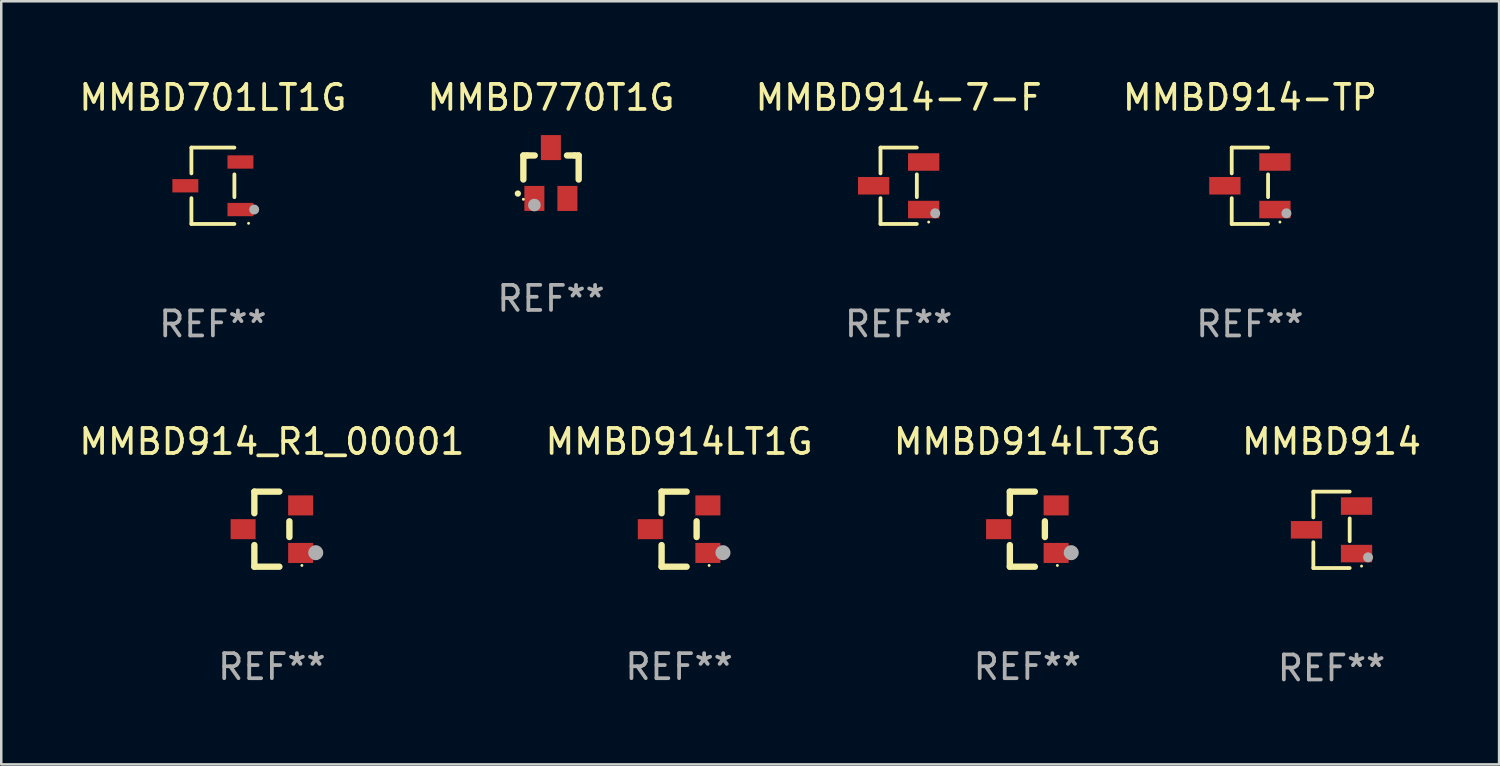
<source format=kicad_pcb>
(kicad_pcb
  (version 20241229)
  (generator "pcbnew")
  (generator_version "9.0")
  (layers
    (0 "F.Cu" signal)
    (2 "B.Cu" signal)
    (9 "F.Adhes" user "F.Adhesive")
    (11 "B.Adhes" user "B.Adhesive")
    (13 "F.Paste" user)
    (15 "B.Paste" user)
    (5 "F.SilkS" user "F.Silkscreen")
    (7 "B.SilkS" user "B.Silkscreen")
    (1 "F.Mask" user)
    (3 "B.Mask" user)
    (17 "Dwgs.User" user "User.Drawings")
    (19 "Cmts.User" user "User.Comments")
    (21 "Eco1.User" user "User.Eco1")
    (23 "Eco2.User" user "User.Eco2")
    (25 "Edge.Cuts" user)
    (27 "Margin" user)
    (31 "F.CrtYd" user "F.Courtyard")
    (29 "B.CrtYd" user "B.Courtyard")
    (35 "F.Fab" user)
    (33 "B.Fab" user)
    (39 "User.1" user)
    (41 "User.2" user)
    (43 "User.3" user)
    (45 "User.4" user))
  (footprint "MMBD914"
    (layer "F.Cu")
    (at 50.161 18.123)
    (property "Reference" "MMBD914" (at 0 -3.526 0) (layer "F.SilkS") (effects (font (size 1 1) (thickness 0.15))))
    (attr through_hole)
    (fp_line (start -0.726 -1.526) (end -0.726 -0.495) (stroke (width 0.152) (type solid)) (layer "F.SilkS"))
    (fp_line (start -0.726 1.526) (end -0.726 0.495) (stroke (width 0.152) (type solid)) (layer "F.SilkS"))
    (fp_line (start 0.726 -1.526) (end -0.726 -1.526) (stroke (width 0.152) (type solid)) (layer "F.SilkS"))
    (fp_line (start 0.726 -0.455) (end 0.726 0.455) (stroke (width 0.152) (type solid)) (layer "F.SilkS"))
    (fp_line (start 0.726 1.526) (end -0.726 1.526) (stroke (width 0.152) (type solid)) (layer "F.SilkS"))
    (fp_circle (center 1.2 1.45) (end 1.23 1.45) (stroke (width 0.06) (type solid)) (fill no) (layer "F.SilkS"))
    (fp_circle (center 1.46 1.1) (end 1.56 1.1) (stroke (width 0.2) (type solid)) (fill no) (layer "F.Fab"))
    (fp_text user "REF**" (at 0 5.526 0) (layer "F.Fab") (effects (font (size 1 1) (thickness 0.15))))
    (pad "1" smd rect (at 1 0.95) (size 1.25 0.7) (layers "F.Cu" "F.Mask" "F.Paste"))
    (pad "2" smd rect (at 1 -0.95) (size 1.25 0.7) (layers "F.Cu" "F.Mask" "F.Paste"))
    (pad "3" smd rect (at -1 0) (size 1.25 0.7) (layers "F.Cu" "F.Mask" "F.Paste")))
  (footprint "MMBD914LT1G"
    (layer "F.Cu")
    (at 24.089 18.097)
    (property "Reference" "MMBD914LT1G" (at 0 -3.5 0) (layer "F.SilkS") (effects (font (size 1 1) (thickness 0.15))))
    (attr through_hole)
    (fp_line (start -0.7 -1.5) (end 0.3 -1.5) (stroke (width 0.254) (type solid)) (layer "F.SilkS"))
    (fp_line (start -0.7 -0.636) (end -0.7 -1.5) (stroke (width 0.254) (type solid)) (layer "F.SilkS"))
    (fp_line (start -0.7 1.5) (end -0.7 0.636) (stroke (width 0.254) (type solid)) (layer "F.SilkS"))
    (fp_line (start -0.7 1.5) (end 0.3 1.5) (stroke (width 0.254) (type solid)) (layer "F.SilkS"))
    (fp_line (start 0.7 0.314) (end 0.7 -0.314) (stroke (width 0.254) (type solid)) (layer "F.SilkS"))
    (fp_circle (center 1.2 1.45) (end 1.23 1.45) (stroke (width 0.06) (type solid)) (fill no) (layer "F.SilkS"))
    (fp_circle (center 1.753 0.94) (end 1.903 0.94) (stroke (width 0.3) (type solid)) (fill no) (layer "F.Fab"))
    (fp_text user "REF**" (at 0 5.5 0) (layer "F.Fab") (effects (font (size 1 1) (thickness 0.15))))
    (pad "1" smd rect (at 1.15 0.95 180) (size 1 0.8) (layers "F.Cu" "F.Mask" "F.Paste"))
    (pad "2" smd rect (at 1.15 -0.95 180) (size 1 0.8) (layers "F.Cu" "F.Mask" "F.Paste"))
    (pad "3" smd rect (at -1.15 -0.000051 180) (size 1 0.8) (layers "F.Cu" "F.Mask" "F.Paste")))
  (footprint "MMBD770T1G"
    (layer "F.Cu")
    (at 18.97 3.864)
    (property "Reference" "MMBD770T1G" (at 0 -3.016 0) (layer "F.SilkS") (effects (font (size 1 1) (thickness 0.15))))
    (attr through_hole)
    (fp_line (start -1.105 -0.701) (end -1.105 0.259) (stroke (width 0.254) (type solid)) (layer "F.SilkS"))
    (fp_line (start -0.955 -0.701) (end -1.105 -0.701) (stroke (width 0.254) (type solid)) (layer "F.SilkS"))
    (fp_line (start -0.955 -0.701) (end -0.649 -0.701) (stroke (width 0.254) (type solid)) (layer "F.SilkS"))
    (fp_line (start 0.639 -0.701) (end 0.945 -0.701) (stroke (width 0.254) (type solid)) (layer "F.SilkS"))
    (fp_line (start 0.945 -0.701) (end 1.105 -0.701) (stroke (width 0.254) (type solid)) (layer "F.SilkS"))
    (fp_line (start 1.105 -0.701) (end 1.105 0.261) (stroke (width 0.254) (type solid)) (layer "F.SilkS"))
    (fp_arc (start -1.324994 0.82253) (mid -1.325 0.82126) (end -1.324994 0.81999) (stroke (width 0.24892) (type solid)) (layer "F.SilkS"))
    (fp_circle (center -1.105 1.05) (end -1.075 1.05) (stroke (width 0.06) (type solid)) (fill no) (layer "F.SilkS"))
    (fp_circle (center -0.665 1.28) (end -0.538 1.28) (stroke (width 0.254) (type solid)) (fill no) (layer "F.Fab"))
    (fp_text user "REF**" (at 0 5.016 0) (layer "F.Fab") (effects (font (size 1 1) (thickness 0.15))))
    (pad "1" smd rect (at -0.665 1.016) (size 0.8 1) (layers "F.Cu" "F.Mask" "F.Paste"))
    (pad "2" smd rect (at 0.655 1.016) (size 0.8 1) (layers "F.Cu" "F.Mask" "F.Paste"))
    (pad "3" smd rect (at -0.005 -1.016) (size 0.8 1) (layers "F.Cu" "F.Mask" "F.Paste")))
  (footprint "MMBD914LT3G"
    (layer "F.Cu")
    (at 38.006 18.097)
    (property "Reference" "MMBD914LT3G" (at 0 -3.5 0) (layer "F.SilkS") (effects (font (size 1 1) (thickness 0.15))))
    (attr through_hole)
    (fp_line (start -0.7 -1.5) (end 0.3 -1.5) (stroke (width 0.254) (type solid)) (layer "F.SilkS"))
    (fp_line (start -0.7 -0.636) (end -0.7 -1.5) (stroke (width 0.254) (type solid)) (layer "F.SilkS"))
    (fp_line (start -0.7 1.5) (end -0.7 0.636) (stroke (width 0.254) (type solid)) (layer "F.SilkS"))
    (fp_line (start -0.7 1.5) (end 0.3 1.5) (stroke (width 0.254) (type solid)) (layer "F.SilkS"))
    (fp_line (start 0.7 0.314) (end 0.7 -0.314) (stroke (width 0.254) (type solid)) (layer "F.SilkS"))
    (fp_circle (center 1.2 1.45) (end 1.23 1.45) (stroke (width 0.06) (type solid)) (fill no) (layer "F.SilkS"))
    (fp_circle (center 1.753 0.94) (end 1.903 0.94) (stroke (width 0.3) (type solid)) (fill no) (layer "F.Fab"))
    (fp_text user "REF**" (at 0 5.5 0) (layer "F.Fab") (effects (font (size 1 1) (thickness 0.15))))
    (pad "1" smd rect (at 1.15 0.95 180) (size 1 0.8) (layers "F.Cu" "F.Mask" "F.Paste"))
    (pad "2" smd rect (at 1.15 -0.95 180) (size 1 0.8) (layers "F.Cu" "F.Mask" "F.Paste"))
    (pad "3" smd rect (at -1.15 -0.000051 180) (size 1 0.8) (layers "F.Cu" "F.Mask" "F.Paste")))
  (footprint "MMBD701LT1G"
    (layer "F.Cu")
    (at 5.458 4.374)
    (property "Reference" "MMBD701LT1G" (at 0 -3.526 0) (layer "F.SilkS") (effects (font (size 1 1) (thickness 0.15))))
    (attr through_hole)
    (fp_line (start -0.859 -1.526) (end -0.859 -0.495) (stroke (width 0.152) (type solid)) (layer "F.SilkS"))
    (fp_line (start -0.859 1.526) (end -0.859 0.495) (stroke (width 0.152) (type solid)) (layer "F.SilkS"))
    (fp_line (start 0.859 -1.526) (end -0.859 -1.526) (stroke (width 0.152) (type solid)) (layer "F.SilkS"))
    (fp_line (start 0.859 -0.455) (end 0.859 0.455) (stroke (width 0.152) (type solid)) (layer "F.SilkS"))
    (fp_line (start 0.859 1.526) (end -0.859 1.526) (stroke (width 0.152) (type solid)) (layer "F.SilkS"))
    (fp_circle (center 1.425 1.5) (end 1.455 1.5) (stroke (width 0.06) (type solid)) (fill no) (layer "F.SilkS"))
    (fp_circle (center 1.65 0.95) (end 1.75 0.95) (stroke (width 0.2) (type solid)) (fill no) (layer "F.Fab"))
    (fp_text user "REF**" (at 0 5.526 0) (layer "F.Fab") (effects (font (size 1 1) (thickness 0.15))))
    (pad "1" smd rect (at 1.101 0.95) (size 1.037 0.532) (layers "F.Cu" "F.Mask" "F.Paste"))
    (pad "2" smd rect (at 1.101 -0.95) (size 1.037 0.532) (layers "F.Cu" "F.Mask" "F.Paste"))
    (pad "3" smd rect (at -1.101 0) (size 1.037 0.532) (layers "F.Cu" "F.Mask" "F.Paste")))
  (footprint "MMBD914_R1_00001"
    (layer "F.Cu")
    (at 7.815 18.097)
    (property "Reference" "MMBD914_R1_00001" (at 0 -3.5 0) (layer "F.SilkS") (effects (font (size 1 1) (thickness 0.15))))
    (attr through_hole)
    (fp_line (start -0.7 -1.5) (end 0.3 -1.5) (stroke (width 0.254) (type solid)) (layer "F.SilkS"))
    (fp_line (start -0.7 -0.636) (end -0.7 -1.5) (stroke (width 0.254) (type solid)) (layer "F.SilkS"))
    (fp_line (start -0.7 1.5) (end -0.7 0.636) (stroke (width 0.254) (type solid)) (layer "F.SilkS"))
    (fp_line (start -0.7 1.5) (end 0.3 1.5) (stroke (width 0.254) (type solid)) (layer "F.SilkS"))
    (fp_line (start 0.7 0.314) (end 0.7 -0.314) (stroke (width 0.254) (type solid)) (layer "F.SilkS"))
    (fp_circle (center 1.2 1.45) (end 1.23 1.45) (stroke (width 0.06) (type solid)) (fill no) (layer "F.SilkS"))
    (fp_circle (center 1.753 0.94) (end 1.903 0.94) (stroke (width 0.3) (type solid)) (fill no) (layer "F.Fab"))
    (fp_text user "REF**" (at 0 5.5 0) (layer "F.Fab") (effects (font (size 1 1) (thickness 0.15))))
    (pad "1" smd rect (at 1.15 0.95 180) (size 1 0.8) (layers "F.Cu" "F.Mask" "F.Paste"))
    (pad "2" smd rect (at 1.15 -0.95 180) (size 1 0.8) (layers "F.Cu" "F.Mask" "F.Paste"))
    (pad "3" smd rect (at -1.15 -0.000051 180) (size 1 0.8) (layers "F.Cu" "F.Mask" "F.Paste")))
  (footprint "MMBD914-TP"
    (layer "F.Cu")
    (at 46.899 4.374)
    (property "Reference" "MMBD914-TP" (at 0 -3.526 0) (layer "F.SilkS") (effects (font (size 1 1) (thickness 0.15))))
    (attr through_hole)
    (fp_line (start -0.726 -1.526) (end -0.726 -0.495) (stroke (width 0.152) (type solid)) (layer "F.SilkS"))
    (fp_line (start -0.726 1.526) (end -0.726 0.495) (stroke (width 0.152) (type solid)) (layer "F.SilkS"))
    (fp_line (start 0.726 -1.526) (end -0.726 -1.526) (stroke (width 0.152) (type solid)) (layer "F.SilkS"))
    (fp_line (start 0.726 -0.455) (end 0.726 0.455) (stroke (width 0.152) (type solid)) (layer "F.SilkS"))
    (fp_line (start 0.726 1.526) (end -0.726 1.526) (stroke (width 0.152) (type solid)) (layer "F.SilkS"))
    (fp_circle (center 1.2 1.45) (end 1.23 1.45) (stroke (width 0.06) (type solid)) (fill no) (layer "F.SilkS"))
    (fp_circle (center 1.46 1.1) (end 1.56 1.1) (stroke (width 0.2) (type solid)) (fill no) (layer "F.Fab"))
    (fp_text user "REF**" (at 0 5.526 0) (layer "F.Fab") (effects (font (size 1 1) (thickness 0.15))))
    (pad "1" smd rect (at 1 0.95) (size 1.25 0.7) (layers "F.Cu" "F.Mask" "F.Paste"))
    (pad "2" smd rect (at 1 -0.95) (size 1.25 0.7) (layers "F.Cu" "F.Mask" "F.Paste"))
    (pad "3" smd rect (at -1 0) (size 1.25 0.7) (layers "F.Cu" "F.Mask" "F.Paste")))
  (footprint "MMBD914-7-F"
    (layer "F.Cu")
    (at 32.863 4.374)
    (property "Reference" "MMBD914-7-F" (at 0 -3.526 0) (layer "F.SilkS") (effects (font (size 1 1) (thickness 0.15))))
    (attr through_hole)
    (fp_line (start -0.726 -1.526) (end -0.726 -0.495) (stroke (width 0.152) (type solid)) (layer "F.SilkS"))
    (fp_line (start -0.726 1.526) (end -0.726 0.495) (stroke (width 0.152) (type solid)) (layer "F.SilkS"))
    (fp_line (start 0.726 -1.526) (end -0.726 -1.526) (stroke (width 0.152) (type solid)) (layer "F.SilkS"))
    (fp_line (start 0.726 -0.455) (end 0.726 0.455) (stroke (width 0.152) (type solid)) (layer "F.SilkS"))
    (fp_line (start 0.726 1.526) (end -0.726 1.526) (stroke (width 0.152) (type solid)) (layer "F.SilkS"))
    (fp_circle (center 1.2 1.45) (end 1.23 1.45) (stroke (width 0.06) (type solid)) (fill no) (layer "F.SilkS"))
    (fp_circle (center 1.46 1.1) (end 1.56 1.1) (stroke (width 0.2) (type solid)) (fill no) (layer "F.Fab"))
    (fp_text user "REF**" (at 0 5.526 0) (layer "F.Fab") (effects (font (size 1 1) (thickness 0.15))))
    (pad "1" smd rect (at 1 0.95) (size 1.25 0.7) (layers "F.Cu" "F.Mask" "F.Paste"))
    (pad "2" smd rect (at 1 -0.95) (size 1.25 0.7) (layers "F.Cu" "F.Mask" "F.Paste"))
    (pad "3" smd rect (at -1 0) (size 1.25 0.7) (layers "F.Cu" "F.Mask" "F.Paste")))
  (gr_rect
    (start -3 -3)
    (end 56.857 27.498)
    (stroke (width 0.1) (type default))
    (fill no)
    (layer "Edge.Cuts")))
</source>
